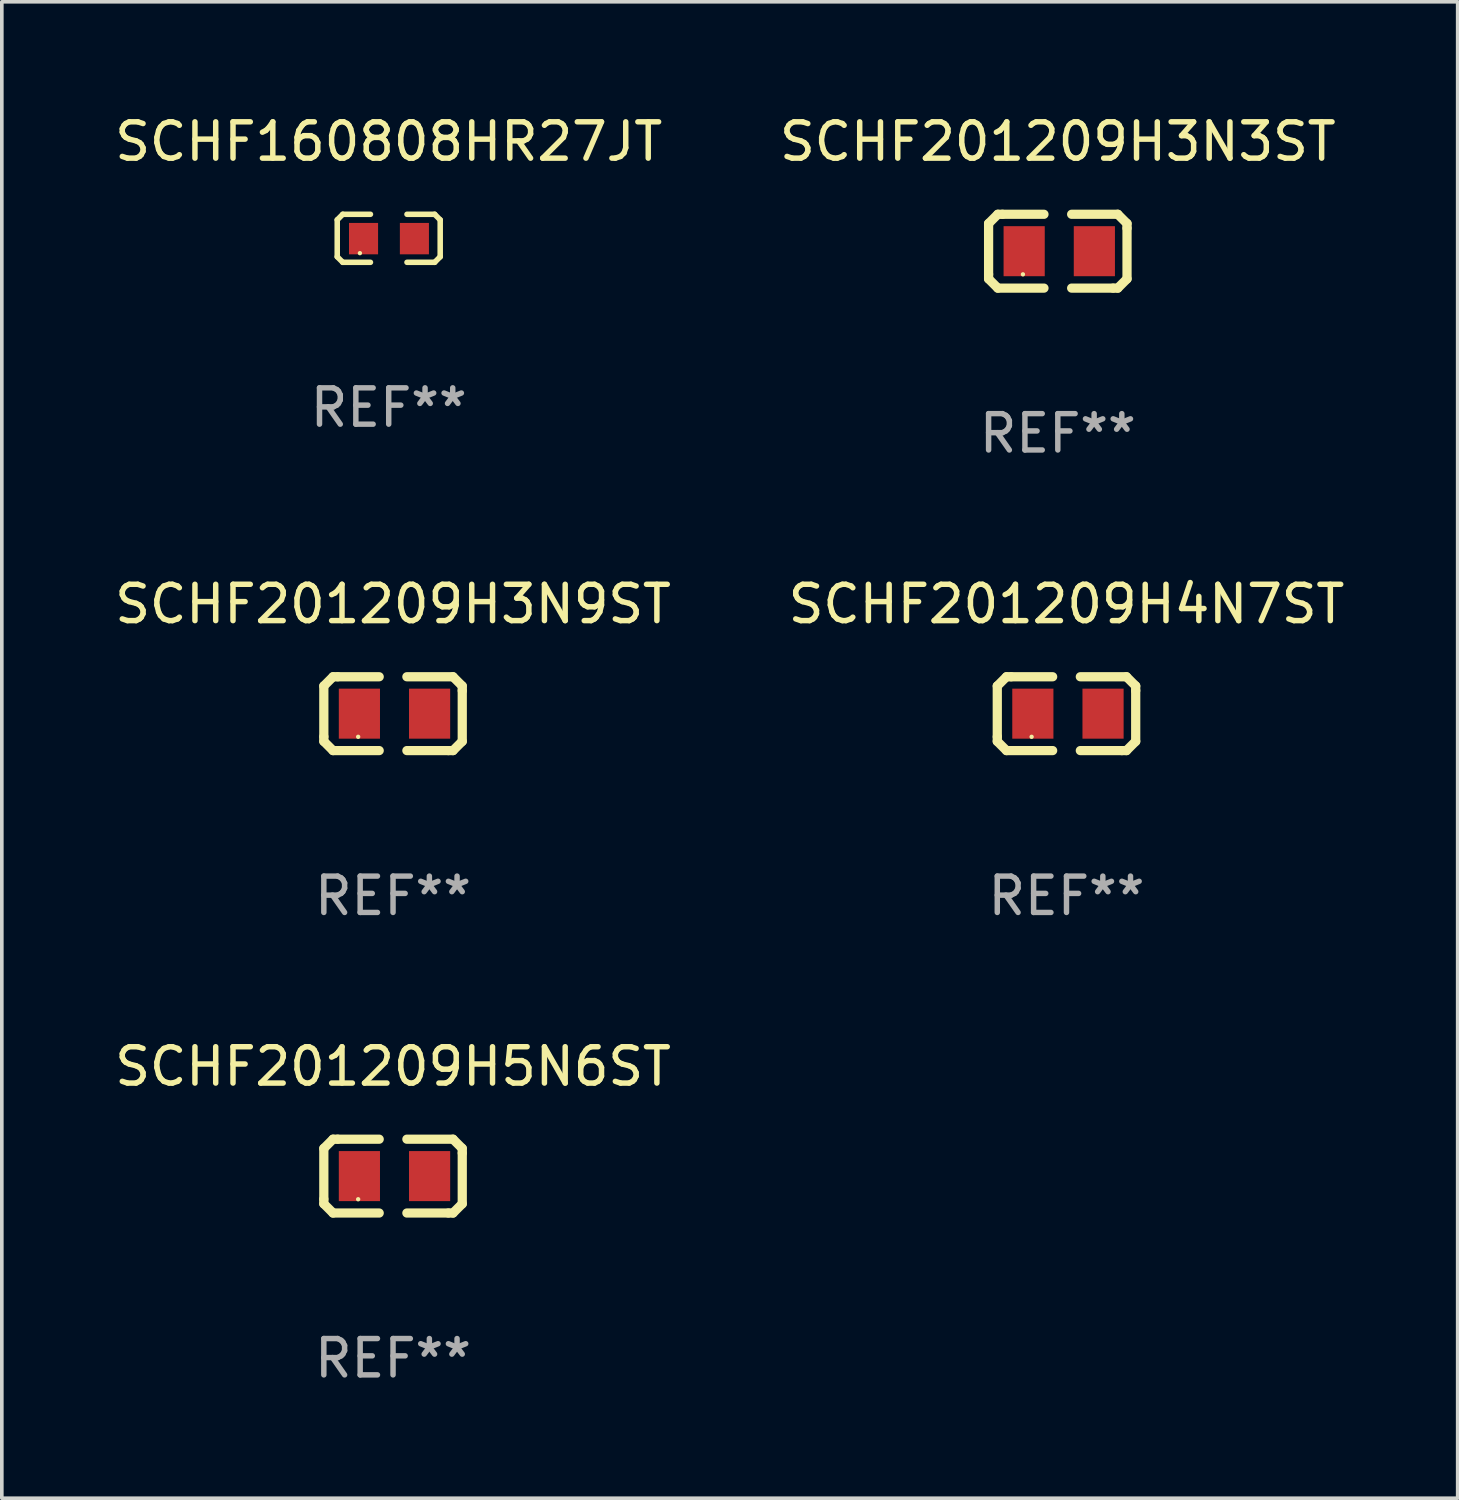
<source format=kicad_pcb>
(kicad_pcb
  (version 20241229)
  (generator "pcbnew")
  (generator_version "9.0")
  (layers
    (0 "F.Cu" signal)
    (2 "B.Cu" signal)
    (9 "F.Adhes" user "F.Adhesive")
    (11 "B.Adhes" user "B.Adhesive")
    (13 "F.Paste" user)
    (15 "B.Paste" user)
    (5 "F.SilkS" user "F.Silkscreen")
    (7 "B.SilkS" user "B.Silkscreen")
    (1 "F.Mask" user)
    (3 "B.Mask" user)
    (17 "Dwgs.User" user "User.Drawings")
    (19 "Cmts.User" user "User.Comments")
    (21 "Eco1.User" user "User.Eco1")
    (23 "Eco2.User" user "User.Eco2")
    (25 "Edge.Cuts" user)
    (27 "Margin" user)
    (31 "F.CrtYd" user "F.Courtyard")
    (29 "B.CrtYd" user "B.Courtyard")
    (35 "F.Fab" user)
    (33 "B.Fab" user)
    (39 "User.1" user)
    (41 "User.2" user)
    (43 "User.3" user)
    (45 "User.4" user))
  (footprint "SCHF201209H3N9ST"
    (layer "F.Cu")
    (at 7.768 16.593)
    (property "Reference" "SCHF201209H3N9ST" (at 0 -3.016 0) (layer "F.SilkS") (effects (font (size 1 1) (thickness 0.15))))
    (attr through_hole)
    (fp_line (start -1.905 -0.762) (end -1.905 0.635) (stroke (width 0.254) (type solid)) (layer "F.SilkS"))
    (fp_line (start -1.905 0.635) (end -1.905 0.762) (stroke (width 0.254) (type solid)) (layer "F.SilkS"))
    (fp_line (start -1.905 0.762) (end -1.651 1.016) (stroke (width 0.254) (type solid)) (layer "F.SilkS"))
    (fp_line (start -1.651 -1.016) (end -1.905 -0.762) (stroke (width 0.254) (type solid)) (layer "F.SilkS"))
    (fp_line (start -1.651 1.016) (end -0.381 1.016) (stroke (width 0.254) (type solid)) (layer "F.SilkS"))
    (fp_line (start -1.524 -1.016) (end -1.651 -1.016) (stroke (width 0.254) (type solid)) (layer "F.SilkS"))
    (fp_line (start -0.381 -1.016) (end -1.524 -1.016) (stroke (width 0.254) (type solid)) (layer "F.SilkS"))
    (fp_line (start 0.381 1.016) (end 1.524 1.016) (stroke (width 0.254) (type solid)) (layer "F.SilkS"))
    (fp_line (start 1.524 1.016) (end 1.651 1.016) (stroke (width 0.254) (type solid)) (layer "F.SilkS"))
    (fp_line (start 1.651 -1.016) (end 0.381 -1.016) (stroke (width 0.254) (type solid)) (layer "F.SilkS"))
    (fp_line (start 1.651 1.016) (end 1.905 0.762) (stroke (width 0.254) (type solid)) (layer "F.SilkS"))
    (fp_line (start 1.905 -0.762) (end 1.651 -1.016) (stroke (width 0.254) (type solid)) (layer "F.SilkS"))
    (fp_line (start 1.905 -0.635) (end 1.905 -0.762) (stroke (width 0.254) (type solid)) (layer "F.SilkS"))
    (fp_line (start 1.905 0.762) (end 1.905 -0.635) (stroke (width 0.254) (type solid)) (layer "F.SilkS"))
    (fp_circle (center -0.96 0.637) (end -0.93 0.637) (stroke (width 0.06) (type solid)) (fill no) (layer "F.SilkS"))
    (fp_text user "REF**" (at 0 5.016 0) (layer "F.Fab") (effects (font (size 1 1) (thickness 0.15))))
    (pad "1" smd rect (at -0.926 -0.000051) (size 1.133 1.377) (layers "F.Cu" "F.Mask" "F.Paste"))
    (pad "2" smd rect (at 1.006 -0.000051) (size 1.133 1.377) (layers "F.Cu" "F.Mask" "F.Paste")))
  (footprint "SCHF201209H5N6ST"
    (layer "F.Cu")
    (at 7.768 29.321)
    (property "Reference" "SCHF201209H5N6ST" (at 0 -3.016 0) (layer "F.SilkS") (effects (font (size 1 1) (thickness 0.15))))
    (attr through_hole)
    (fp_line (start -1.905 -0.762) (end -1.905 0.635) (stroke (width 0.254) (type solid)) (layer "F.SilkS"))
    (fp_line (start -1.905 0.635) (end -1.905 0.762) (stroke (width 0.254) (type solid)) (layer "F.SilkS"))
    (fp_line (start -1.905 0.762) (end -1.651 1.016) (stroke (width 0.254) (type solid)) (layer "F.SilkS"))
    (fp_line (start -1.651 -1.016) (end -1.905 -0.762) (stroke (width 0.254) (type solid)) (layer "F.SilkS"))
    (fp_line (start -1.651 1.016) (end -0.381 1.016) (stroke (width 0.254) (type solid)) (layer "F.SilkS"))
    (fp_line (start -1.524 -1.016) (end -1.651 -1.016) (stroke (width 0.254) (type solid)) (layer "F.SilkS"))
    (fp_line (start -0.381 -1.016) (end -1.524 -1.016) (stroke (width 0.254) (type solid)) (layer "F.SilkS"))
    (fp_line (start 0.381 1.016) (end 1.524 1.016) (stroke (width 0.254) (type solid)) (layer "F.SilkS"))
    (fp_line (start 1.524 1.016) (end 1.651 1.016) (stroke (width 0.254) (type solid)) (layer "F.SilkS"))
    (fp_line (start 1.651 -1.016) (end 0.381 -1.016) (stroke (width 0.254) (type solid)) (layer "F.SilkS"))
    (fp_line (start 1.651 1.016) (end 1.905 0.762) (stroke (width 0.254) (type solid)) (layer "F.SilkS"))
    (fp_line (start 1.905 -0.762) (end 1.651 -1.016) (stroke (width 0.254) (type solid)) (layer "F.SilkS"))
    (fp_line (start 1.905 -0.635) (end 1.905 -0.762) (stroke (width 0.254) (type solid)) (layer "F.SilkS"))
    (fp_line (start 1.905 0.762) (end 1.905 -0.635) (stroke (width 0.254) (type solid)) (layer "F.SilkS"))
    (fp_circle (center -0.96 0.637) (end -0.93 0.637) (stroke (width 0.06) (type solid)) (fill no) (layer "F.SilkS"))
    (fp_text user "REF**" (at 0 5.016 0) (layer "F.Fab") (effects (font (size 1 1) (thickness 0.15))))
    (pad "1" smd rect (at -0.926 -0.000051) (size 1.133 1.377) (layers "F.Cu" "F.Mask" "F.Paste"))
    (pad "2" smd rect (at 1.006 -0.000051) (size 1.133 1.377) (layers "F.Cu" "F.Mask" "F.Paste")))
  (footprint "SCHF201209H3N3ST"
    (layer "F.Cu")
    (at 26.065 3.864)
    (property "Reference" "SCHF201209H3N3ST" (at 0 -3.016 0) (layer "F.SilkS") (effects (font (size 1 1) (thickness 0.15))))
    (attr through_hole)
    (fp_line (start -1.905 -0.762) (end -1.905 0.635) (stroke (width 0.254) (type solid)) (layer "F.SilkS"))
    (fp_line (start -1.905 0.635) (end -1.905 0.762) (stroke (width 0.254) (type solid)) (layer "F.SilkS"))
    (fp_line (start -1.905 0.762) (end -1.651 1.016) (stroke (width 0.254) (type solid)) (layer "F.SilkS"))
    (fp_line (start -1.651 -1.016) (end -1.905 -0.762) (stroke (width 0.254) (type solid)) (layer "F.SilkS"))
    (fp_line (start -1.651 1.016) (end -0.381 1.016) (stroke (width 0.254) (type solid)) (layer "F.SilkS"))
    (fp_line (start -1.524 -1.016) (end -1.651 -1.016) (stroke (width 0.254) (type solid)) (layer "F.SilkS"))
    (fp_line (start -0.381 -1.016) (end -1.524 -1.016) (stroke (width 0.254) (type solid)) (layer "F.SilkS"))
    (fp_line (start 0.381 1.016) (end 1.524 1.016) (stroke (width 0.254) (type solid)) (layer "F.SilkS"))
    (fp_line (start 1.524 1.016) (end 1.651 1.016) (stroke (width 0.254) (type solid)) (layer "F.SilkS"))
    (fp_line (start 1.651 -1.016) (end 0.381 -1.016) (stroke (width 0.254) (type solid)) (layer "F.SilkS"))
    (fp_line (start 1.651 1.016) (end 1.905 0.762) (stroke (width 0.254) (type solid)) (layer "F.SilkS"))
    (fp_line (start 1.905 -0.762) (end 1.651 -1.016) (stroke (width 0.254) (type solid)) (layer "F.SilkS"))
    (fp_line (start 1.905 -0.635) (end 1.905 -0.762) (stroke (width 0.254) (type solid)) (layer "F.SilkS"))
    (fp_line (start 1.905 0.762) (end 1.905 -0.635) (stroke (width 0.254) (type solid)) (layer "F.SilkS"))
    (fp_circle (center -0.96 0.637) (end -0.93 0.637) (stroke (width 0.06) (type solid)) (fill no) (layer "F.SilkS"))
    (fp_text user "REF**" (at 0 5.016 0) (layer "F.Fab") (effects (font (size 1 1) (thickness 0.15))))
    (pad "1" smd rect (at -0.926 -0.000051) (size 1.133 1.377) (layers "F.Cu" "F.Mask" "F.Paste"))
    (pad "2" smd rect (at 1.006 -0.000051) (size 1.133 1.377) (layers "F.Cu" "F.Mask" "F.Paste")))
  (footprint "SCHF201209H4N7ST"
    (layer "F.Cu")
    (at 26.304 16.593)
    (property "Reference" "SCHF201209H4N7ST" (at 0 -3.016 0) (layer "F.SilkS") (effects (font (size 1 1) (thickness 0.15))))
    (attr through_hole)
    (fp_line (start -1.905 -0.762) (end -1.905 0.635) (stroke (width 0.254) (type solid)) (layer "F.SilkS"))
    (fp_line (start -1.905 0.635) (end -1.905 0.762) (stroke (width 0.254) (type solid)) (layer "F.SilkS"))
    (fp_line (start -1.905 0.762) (end -1.651 1.016) (stroke (width 0.254) (type solid)) (layer "F.SilkS"))
    (fp_line (start -1.651 -1.016) (end -1.905 -0.762) (stroke (width 0.254) (type solid)) (layer "F.SilkS"))
    (fp_line (start -1.651 1.016) (end -0.381 1.016) (stroke (width 0.254) (type solid)) (layer "F.SilkS"))
    (fp_line (start -1.524 -1.016) (end -1.651 -1.016) (stroke (width 0.254) (type solid)) (layer "F.SilkS"))
    (fp_line (start -0.381 -1.016) (end -1.524 -1.016) (stroke (width 0.254) (type solid)) (layer "F.SilkS"))
    (fp_line (start 0.381 1.016) (end 1.524 1.016) (stroke (width 0.254) (type solid)) (layer "F.SilkS"))
    (fp_line (start 1.524 1.016) (end 1.651 1.016) (stroke (width 0.254) (type solid)) (layer "F.SilkS"))
    (fp_line (start 1.651 -1.016) (end 0.381 -1.016) (stroke (width 0.254) (type solid)) (layer "F.SilkS"))
    (fp_line (start 1.651 1.016) (end 1.905 0.762) (stroke (width 0.254) (type solid)) (layer "F.SilkS"))
    (fp_line (start 1.905 -0.762) (end 1.651 -1.016) (stroke (width 0.254) (type solid)) (layer "F.SilkS"))
    (fp_line (start 1.905 -0.635) (end 1.905 -0.762) (stroke (width 0.254) (type solid)) (layer "F.SilkS"))
    (fp_line (start 1.905 0.762) (end 1.905 -0.635) (stroke (width 0.254) (type solid)) (layer "F.SilkS"))
    (fp_circle (center -0.96 0.637) (end -0.93 0.637) (stroke (width 0.06) (type solid)) (fill no) (layer "F.SilkS"))
    (fp_text user "REF**" (at 0 5.016 0) (layer "F.Fab") (effects (font (size 1 1) (thickness 0.15))))
    (pad "1" smd rect (at -0.926 -0.000051) (size 1.133 1.377) (layers "F.Cu" "F.Mask" "F.Paste"))
    (pad "2" smd rect (at 1.006 -0.000051) (size 1.133 1.377) (layers "F.Cu" "F.Mask" "F.Paste")))
  (footprint "SCHF160808HR27JT"
    (layer "F.Cu")
    (at 7.649 3.509)
    (property "Reference" "SCHF160808HR27JT" (at 0 -2.661 0) (layer "F.SilkS") (effects (font (size 1 1) (thickness 0.15))))
    (attr through_hole)
    (fp_line (start -1.417 -0.508) (end -1.265 -0.661) (stroke (width 0.152) (type solid)) (layer "F.SilkS"))
    (fp_line (start -1.417 0.508) (end -1.417 -0.508) (stroke (width 0.152) (type solid)) (layer "F.SilkS"))
    (fp_line (start -1.265 -0.661) (end -0.503 -0.661) (stroke (width 0.152) (type solid)) (layer "F.SilkS"))
    (fp_line (start -1.265 0.661) (end -1.417 0.508) (stroke (width 0.152) (type solid)) (layer "F.SilkS"))
    (fp_line (start -1.265 0.661) (end -0.503 0.661) (stroke (width 0.152) (type solid)) (layer "F.SilkS"))
    (fp_line (start 1.265 -0.661) (end 0.503 -0.661) (stroke (width 0.152) (type solid)) (layer "F.SilkS"))
    (fp_line (start 1.265 -0.661) (end 1.417 -0.508) (stroke (width 0.152) (type solid)) (layer "F.SilkS"))
    (fp_line (start 1.265 0.661) (end 0.503 0.661) (stroke (width 0.152) (type solid)) (layer "F.SilkS"))
    (fp_line (start 1.417 -0.508) (end 1.417 0.508) (stroke (width 0.152) (type solid)) (layer "F.SilkS"))
    (fp_line (start 1.417 0.508) (end 1.265 0.661) (stroke (width 0.152) (type solid)) (layer "F.SilkS"))
    (fp_circle (center -0.793 0.409) (end -0.763 0.409) (stroke (width 0.06) (type solid)) (fill no) (layer "F.SilkS"))
    (fp_text user "REF**" (at 0 4.661 0) (layer "F.Fab") (effects (font (size 1 1) (thickness 0.15))))
    (pad "1" smd rect (at -0.693 0.009 180) (size 0.8 0.864) (layers "F.Cu" "F.Mask" "F.Paste"))
    (pad "2" smd rect (at 0.707 0.009 180) (size 0.8 0.864) (layers "F.Cu" "F.Mask" "F.Paste")))
  (gr_rect
    (start -3 -3)
    (end 37.071 38.186)
    (stroke (width 0.1) (type default))
    (fill no)
    (layer "Edge.Cuts")))
</source>
